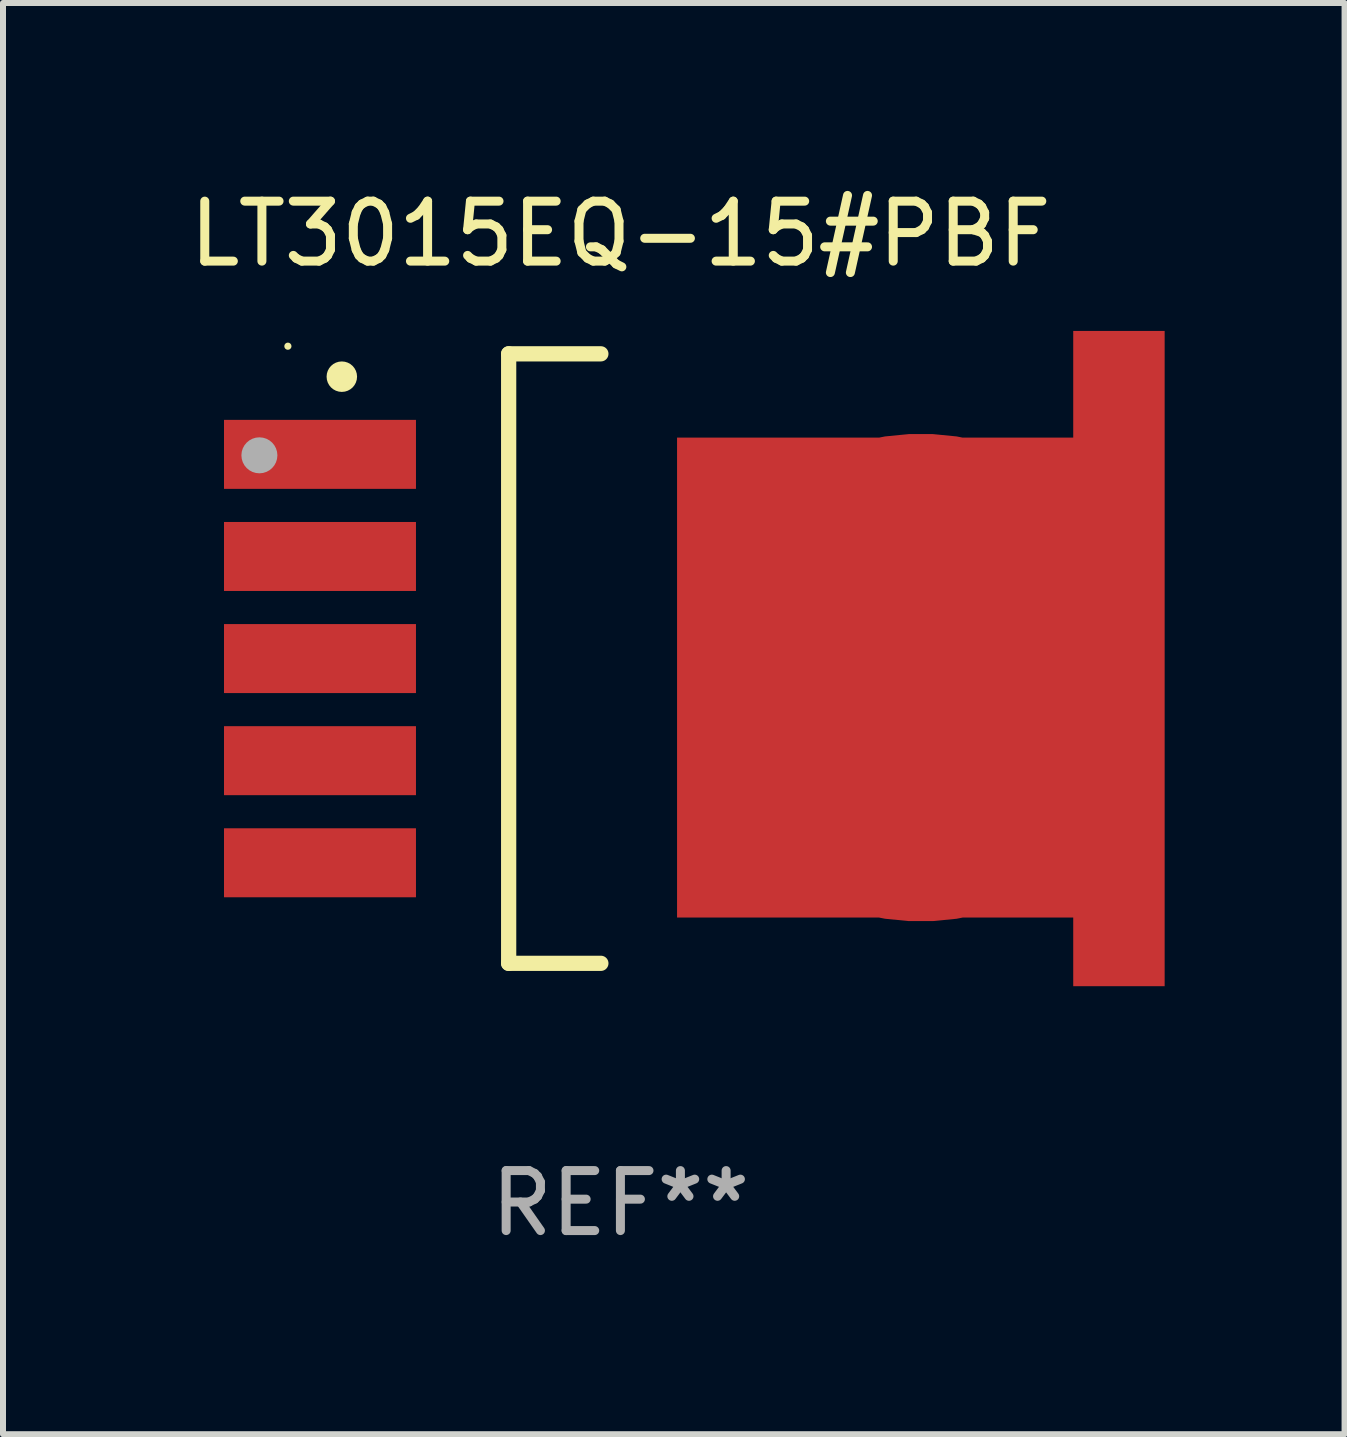
<source format=kicad_pcb>
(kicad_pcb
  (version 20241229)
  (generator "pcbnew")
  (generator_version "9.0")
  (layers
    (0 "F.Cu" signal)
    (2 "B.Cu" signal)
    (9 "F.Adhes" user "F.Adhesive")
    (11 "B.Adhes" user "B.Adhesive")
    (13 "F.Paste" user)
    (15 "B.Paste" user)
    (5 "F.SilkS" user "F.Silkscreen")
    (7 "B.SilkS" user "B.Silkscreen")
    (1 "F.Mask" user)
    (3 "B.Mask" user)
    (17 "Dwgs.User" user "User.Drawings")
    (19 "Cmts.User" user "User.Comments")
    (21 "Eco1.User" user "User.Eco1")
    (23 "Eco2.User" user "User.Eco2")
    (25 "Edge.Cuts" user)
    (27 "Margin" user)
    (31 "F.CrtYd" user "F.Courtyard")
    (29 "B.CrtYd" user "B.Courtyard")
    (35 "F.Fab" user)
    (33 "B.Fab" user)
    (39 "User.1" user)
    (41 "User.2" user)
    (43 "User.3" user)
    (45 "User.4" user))
  (footprint "LT3015EQ-15#PBF"
    (layer "F.Cu")
    (at 7.292 7.928)
    (property "Reference" "LT3015EQ-15#PBF" (at 0 -7.08 0) (layer "F.SilkS") (effects (font (size 1 1) (thickness 0.15))))
    (attr through_hole)
    (fp_line (start -1.863 -5.08) (end -0.326 -5.08) (stroke (width 0.254) (type solid)) (layer "F.SilkS"))
    (fp_line (start -1.863 5.08) (end -1.863 -5.08) (stroke (width 0.254) (type solid)) (layer "F.SilkS"))
    (fp_line (start -0.326 5.08) (end -1.863 5.08) (stroke (width 0.254) (type solid)) (layer "F.SilkS"))
    (fp_circle (center -5.543 -5.207) (end -5.513 -5.207) (stroke (width 0.06) (type solid)) (fill no) (layer "F.SilkS"))
    (fp_circle (center -4.644 -4.699) (end -4.517 -4.699) (stroke (width 0.254) (type solid)) (fill no) (layer "F.SilkS"))
    (fp_circle (center -6.018 -3.388) (end -5.868 -3.388) (stroke (width 0.3) (type solid)) (fill no) (layer "F.Fab"))
    (fp_text user "REF**" (at 0 9.08 0) (layer "F.Fab") (effects (font (size 1 1) (thickness 0.15))))
    (pad "1" smd rect (at -5.008 -3.404) (size 3.2 1.15) (layers "F.Cu" "F.Mask" "F.Paste"))
    (pad "2" smd rect (at -5.008 -1.702) (size 3.2 1.15) (layers "F.Cu" "F.Mask" "F.Paste"))
    (pad "3" smd rect (at -5.008 -0.000025) (size 3.2 1.15) (layers "F.Cu" "F.Mask" "F.Paste"))
    (pad "4" smd rect (at -5.008 1.702) (size 3.2 1.15) (layers "F.Cu" "F.Mask" "F.Paste"))
    (pad "5" smd rect (at -5.008 3.404) (size 3.2 1.15) (layers "F.Cu" "F.Mask" "F.Paste"))
    (pad "6" smd custom (at 5.008 0.317) (size 8.128 10.922) (layers "F.Cu" "F.Mask" "F.Paste") (options (anchor circle)) (primitives (gr_poly (pts (xy -4.064 -4.001) (xy 2.54 -4.001) (xy 2.54 -5.779) (xy 4.064 -5.779) (xy 4.064 5.144) (xy 2.54 5.144) (xy 2.54 4) (xy -4.064 4)) (width 0) (fill yes)))))
  (gr_rect
    (start -3 -3)
    (end 19.363 20.857)
    (stroke (width 0.1) (type default))
    (fill no)
    (layer "Edge.Cuts")))
</source>
